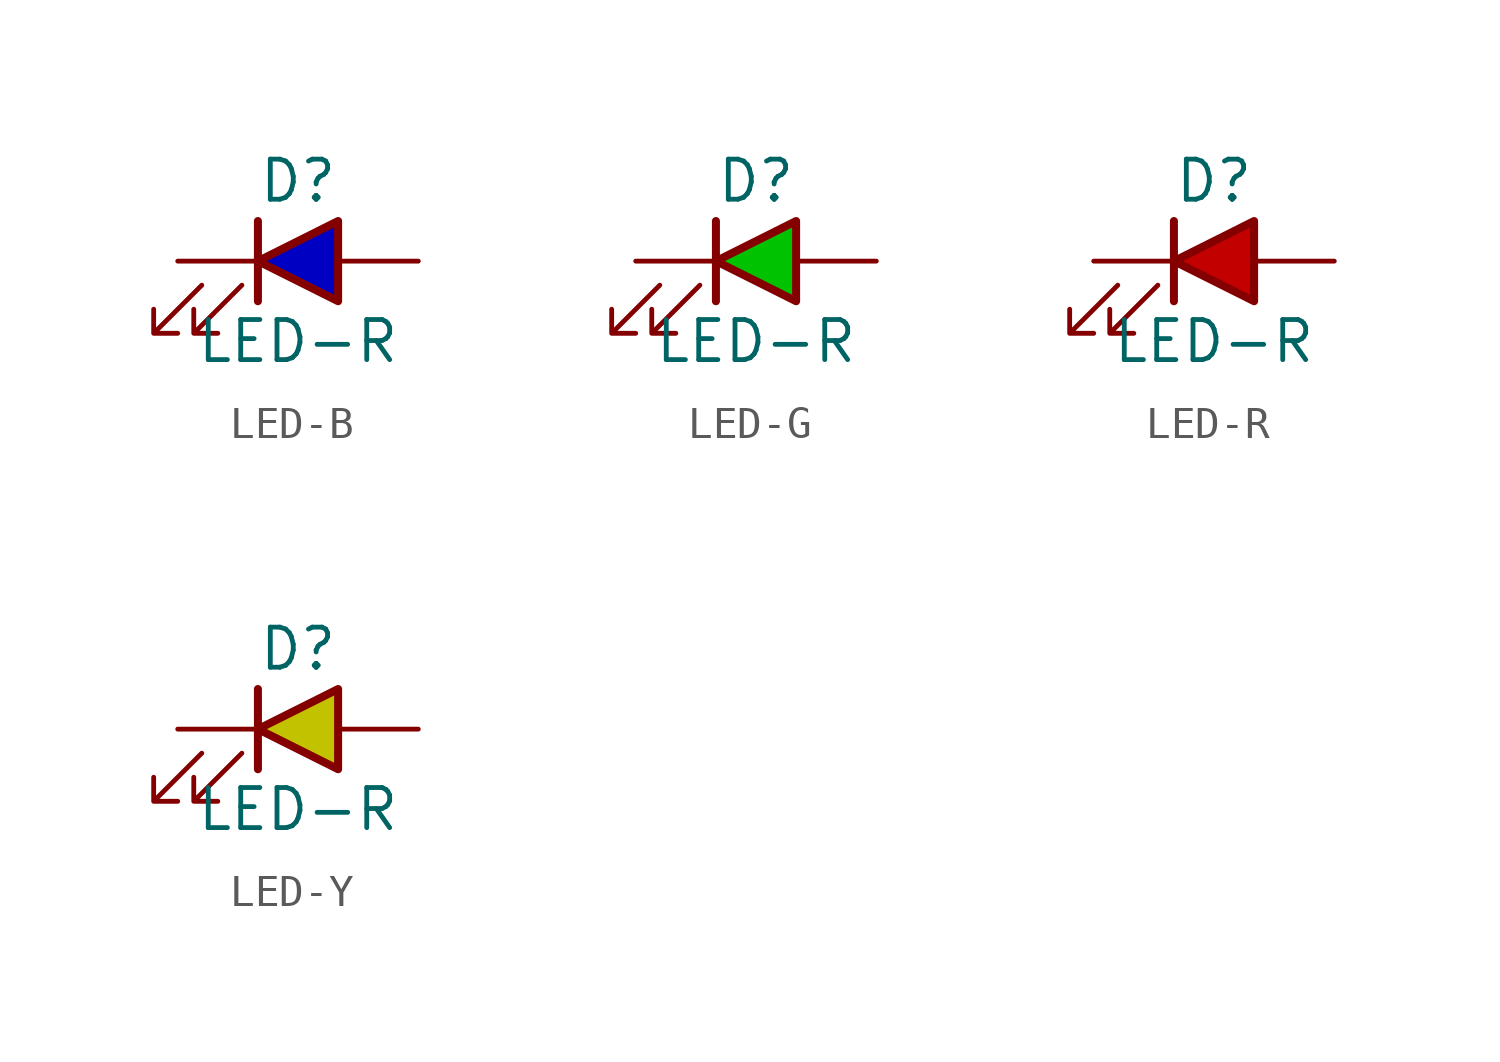
<source format=kicad_sym>
(kicad_symbol_lib
  (version 20231120)
  (generator "kicad_symbol_editor")
  (generator_version "8.0")
  (symbol "LED-B"
    (pin_numbers hide)
    (pin_names
      (offset 1.016) hide)
    (property "Reference" "D"
      (at 0 2.54 0)
      (effects (font (size 1.27 1.27))))
    (property "Value" "LED-R"
      (at 0 -2.54 0)
      (effects (font (size 1.27 1.27))))
    (symbol "LED-B_0_1"
      (polyline (pts (xy -1.27 -1.27) (xy -1.27 1.27)) (stroke (width 0.254) (type default)) (fill (type none)))
      (polyline (pts (xy 1.27 -1.27) (xy 1.27 1.27) (xy -1.27 0) (xy 1.27 -1.27)) (stroke (width 0.254) (type default)) (fill (type color) (color 0 0 194 1)))
      (polyline (pts (xy -3.048 -0.762) (xy -4.572 -2.286) (xy -3.81 -2.286) (xy -4.572 -2.286) (xy -4.572 -1.524)) (stroke (width 0) (type default)) (fill (type none)))
      (polyline (pts (xy -1.778 -0.762) (xy -3.302 -2.286) (xy -2.54 -2.286) (xy -3.302 -2.286) (xy -3.302 -1.524)) (stroke (width 0) (type default)) (fill (type none))))
    (symbol "LED-B_1_1"
      (pin passive line (at -3.81 0 0) (length 2.54) (name "K" (effects (font (size 1.27 1.27)))) (number "1" (effects (font (size 1.27 1.27)))))
      (pin passive line (at 3.81 0 180) (length 2.54) (name "A" (effects (font (size 1.27 1.27)))) (number "2" (effects (font (size 1.27 1.27)))))))
  (symbol "LED-G"
    (pin_numbers hide)
    (pin_names
      (offset 1.016) hide)
    (property "Reference" "D"
      (at 0 2.54 0)
      (effects (font (size 1.27 1.27))))
    (property "Value" "LED-R"
      (at 0 -2.54 0)
      (effects (font (size 1.27 1.27))))
    (symbol "LED-G_0_1"
      (polyline (pts (xy -1.27 -1.27) (xy -1.27 1.27)) (stroke (width 0.254) (type default)) (fill (type none)))
      (polyline (pts (xy 1.27 -1.27) (xy 1.27 1.27) (xy -1.27 0) (xy 1.27 -1.27)) (stroke (width 0.254) (type default)) (fill (type color) (color 0 194 0 1)))
      (polyline (pts (xy -3.048 -0.762) (xy -4.572 -2.286) (xy -3.81 -2.286) (xy -4.572 -2.286) (xy -4.572 -1.524)) (stroke (width 0) (type default)) (fill (type none)))
      (polyline (pts (xy -1.778 -0.762) (xy -3.302 -2.286) (xy -2.54 -2.286) (xy -3.302 -2.286) (xy -3.302 -1.524)) (stroke (width 0) (type default)) (fill (type none))))
    (symbol "LED-G_1_1"
      (pin passive line (at -3.81 0 0) (length 2.54) (name "K" (effects (font (size 1.27 1.27)))) (number "1" (effects (font (size 1.27 1.27)))))
      (pin passive line (at 3.81 0 180) (length 2.54) (name "A" (effects (font (size 1.27 1.27)))) (number "2" (effects (font (size 1.27 1.27)))))))
  (symbol "LED-R"
    (pin_numbers hide)
    (pin_names
      (offset 1.016) hide)
    (property "Reference" "D"
      (at 0 2.54 0)
      (effects (font (size 1.27 1.27))))
    (property "Value" "LED-R"
      (at 0 -2.54 0)
      (effects (font (size 1.27 1.27))))
    (symbol "LED-R_0_1"
      (polyline (pts (xy -1.27 -1.27) (xy -1.27 1.27)) (stroke (width 0.254) (type default)) (fill (type none)))
      (polyline (pts (xy 1.27 -1.27) (xy 1.27 1.27) (xy -1.27 0) (xy 1.27 -1.27)) (stroke (width 0.254) (type default)) (fill (type color) (color 194 0 0 1)))
      (polyline (pts (xy -3.048 -0.762) (xy -4.572 -2.286) (xy -3.81 -2.286) (xy -4.572 -2.286) (xy -4.572 -1.524)) (stroke (width 0) (type default)) (fill (type none)))
      (polyline (pts (xy -1.778 -0.762) (xy -3.302 -2.286) (xy -2.54 -2.286) (xy -3.302 -2.286) (xy -3.302 -1.524)) (stroke (width 0) (type default)) (fill (type none))))
    (symbol "LED-R_1_1"
      (pin passive line (at -3.81 0 0) (length 2.54) (name "K" (effects (font (size 1.27 1.27)))) (number "1" (effects (font (size 1.27 1.27)))))
      (pin passive line (at 3.81 0 180) (length 2.54) (name "A" (effects (font (size 1.27 1.27)))) (number "2" (effects (font (size 1.27 1.27)))))))
  (symbol "LED-Y"
    (pin_numbers hide)
    (pin_names
      (offset 1.016) hide)
    (property "Reference" "D"
      (at 0 2.54 0)
      (effects (font (size 1.27 1.27))))
    (property "Value" "LED-R"
      (at 0 -2.54 0)
      (effects (font (size 1.27 1.27))))
    (symbol "LED-Y_0_1"
      (polyline (pts (xy -1.27 -1.27) (xy -1.27 1.27)) (stroke (width 0.254) (type default)) (fill (type none)))
      (polyline (pts (xy 1.27 -1.27) (xy 1.27 1.27) (xy -1.27 0) (xy 1.27 -1.27)) (stroke (width 0.254) (type default)) (fill (type color) (color 194 194 0 1)))
      (polyline (pts (xy -3.048 -0.762) (xy -4.572 -2.286) (xy -3.81 -2.286) (xy -4.572 -2.286) (xy -4.572 -1.524)) (stroke (width 0) (type default)) (fill (type none)))
      (polyline (pts (xy -1.778 -0.762) (xy -3.302 -2.286) (xy -2.54 -2.286) (xy -3.302 -2.286) (xy -3.302 -1.524)) (stroke (width 0) (type default)) (fill (type none))))
    (symbol "LED-Y_1_1"
      (pin passive line (at -3.81 0 0) (length 2.54) (name "K" (effects (font (size 1.27 1.27)))) (number "1" (effects (font (size 1.27 1.27)))))
      (pin passive line (at 3.81 0 180) (length 2.54) (name "A" (effects (font (size 1.27 1.27)))) (number "2" (effects (font (size 1.27 1.27))))))))
</source>
